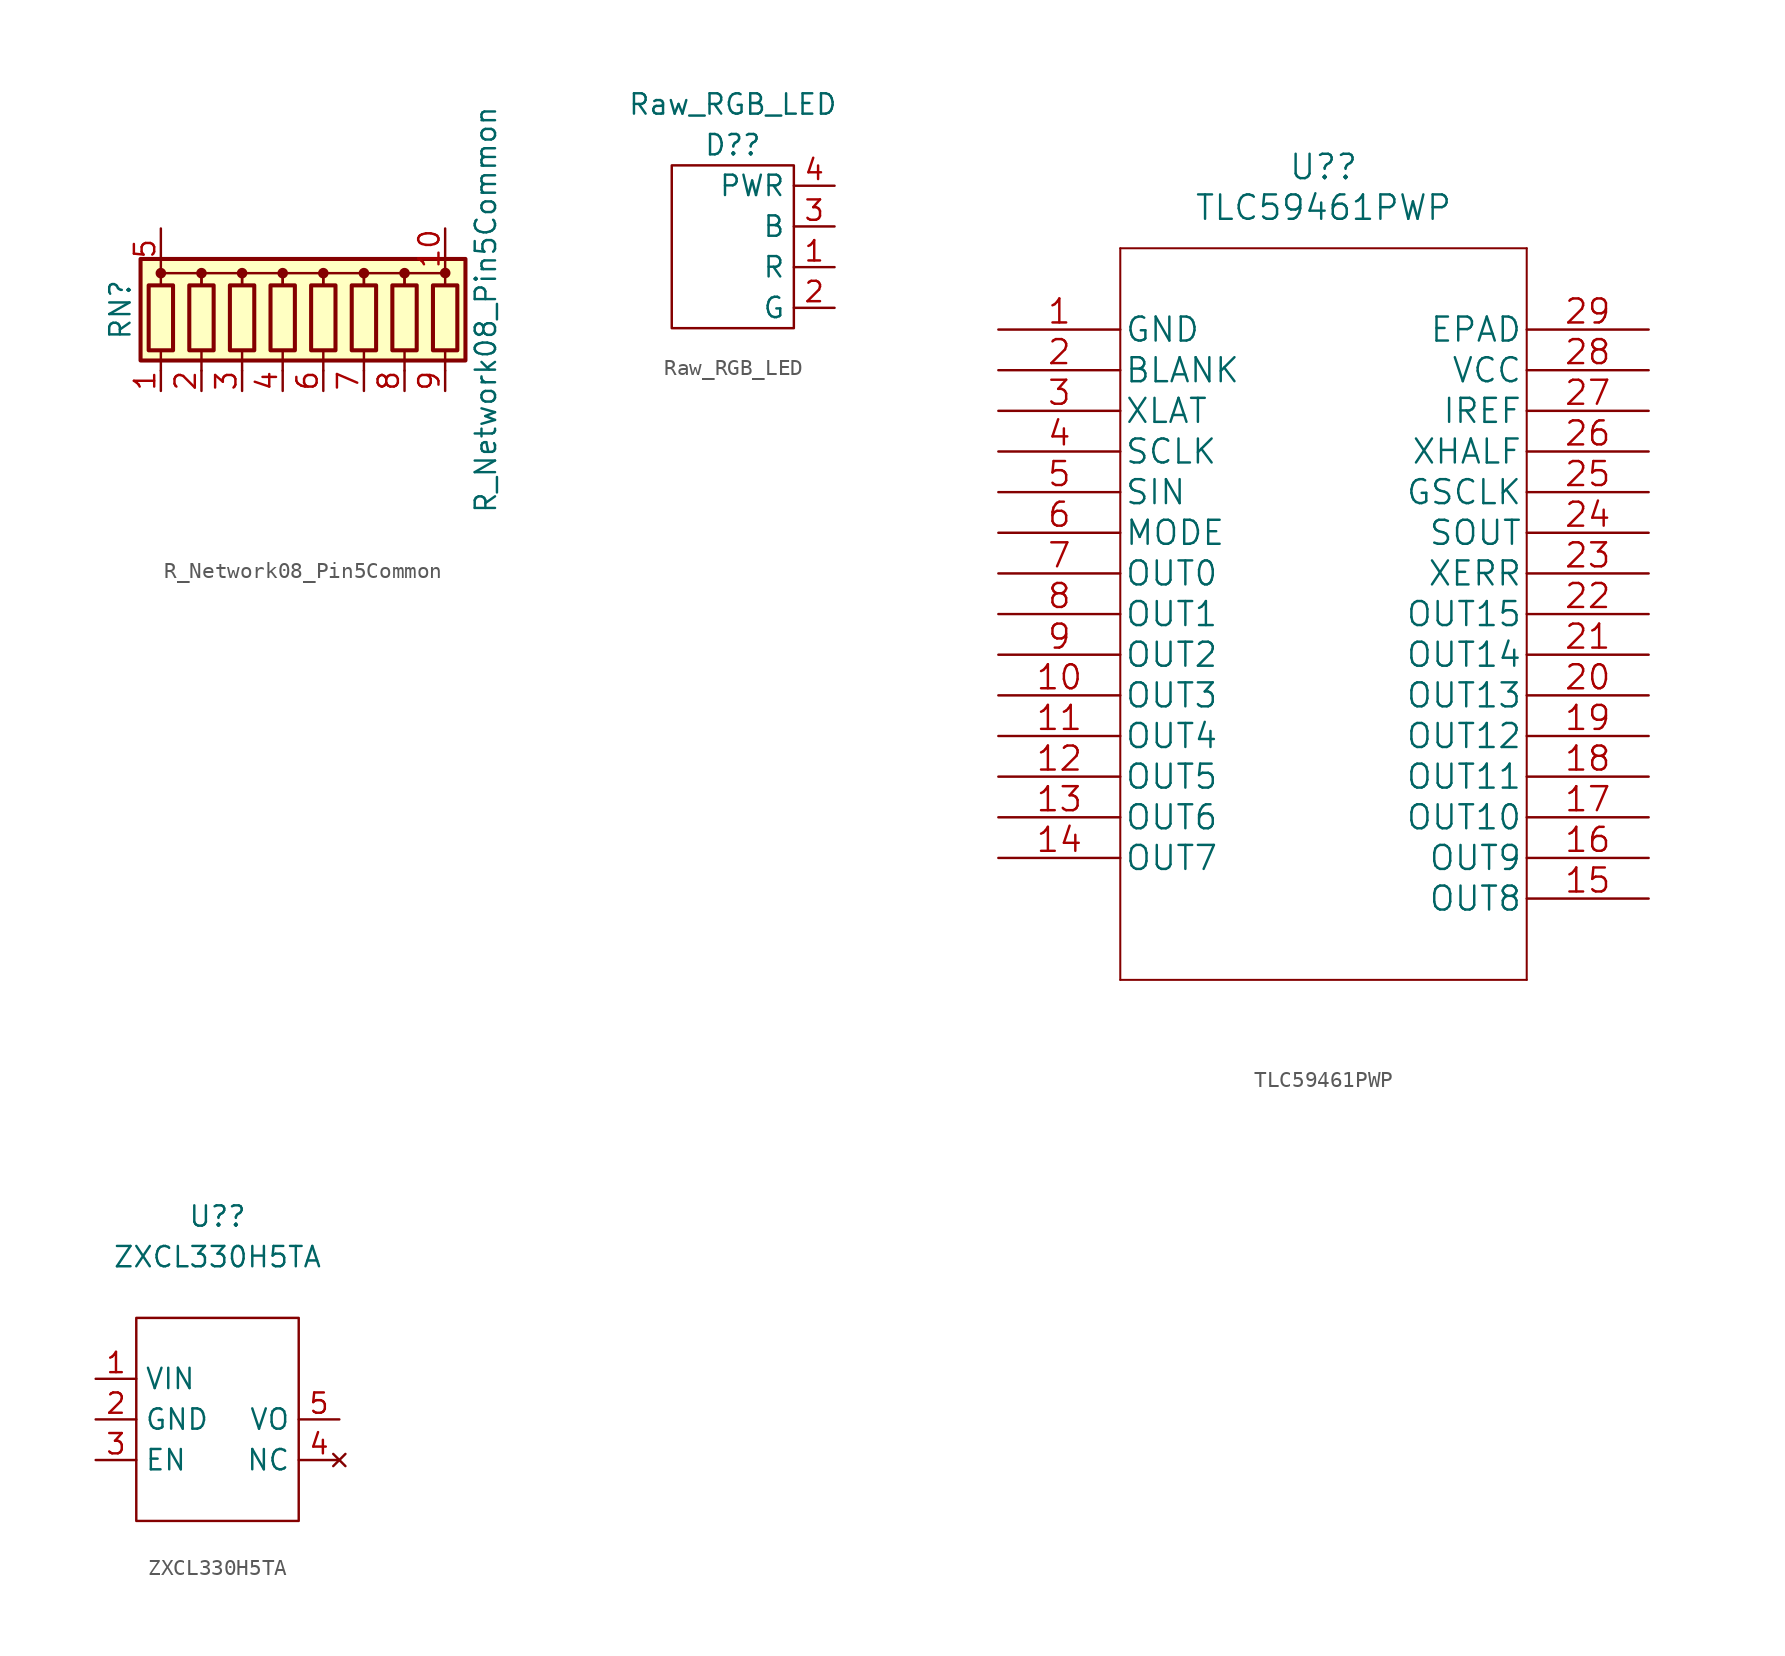
<source format=kicad_sym>
(kicad_symbol_lib
  (version 20220914)
  (generator kicad_symbol_editor)
  (symbol "R_Network08_Pin5Common"
    (pin_names
      (offset 0) hide)
    (property "Reference" "RN"
      (at -12.7 0 90)
      (effects (font (size 1.27 1.27))))
    (property "Value" "R_Network08_Pin5Common"
      (at 10.16 0 90)
      (effects (font (size 1.27 1.27))))
    (symbol "R_Network08_Pin5Common_0_1"
      (rectangle (start -11.43 3.175) (end 8.89 -3.175) (stroke (width 0.254) (type default)) (fill (type background)))
      (rectangle (start -10.922 1.524) (end -9.398 -2.54) (stroke (width 0.254) (type default)) (fill (type none)))
      (circle (center -10.16 2.286) (radius 0.254) (stroke (width 0) (type default)) (fill (type outline)))
      (rectangle (start -8.382 1.524) (end -6.858 -2.54) (stroke (width 0.254) (type default)) (fill (type none)))
      (circle (center -7.62 2.286) (radius 0.254) (stroke (width 0) (type default)) (fill (type outline)))
      (rectangle (start -5.842 1.524) (end -4.318 -2.54) (stroke (width 0.254) (type default)) (fill (type none)))
      (circle (center -5.08 2.286) (radius 0.254) (stroke (width 0) (type default)) (fill (type outline)))
      (rectangle (start -3.302 1.524) (end -1.778 -2.54) (stroke (width 0.254) (type default)) (fill (type none)))
      (circle (center -2.54 2.286) (radius 0.254) (stroke (width 0) (type default)) (fill (type outline)))
      (rectangle (start -0.762 1.524) (end 0.762 -2.54) (stroke (width 0.254) (type default)) (fill (type none)))
      (polyline (pts (xy -10.16 -2.54) (xy -10.16 -3.81)) (stroke (width 0) (type default)) (fill (type none)))
      (polyline (pts (xy -7.62 -2.54) (xy -7.62 -3.81)) (stroke (width 0) (type default)) (fill (type none)))
      (polyline (pts (xy -5.08 -2.54) (xy -5.08 -3.81)) (stroke (width 0) (type default)) (fill (type none)))
      (polyline (pts (xy -2.54 -2.54) (xy -2.54 -3.81)) (stroke (width 0) (type default)) (fill (type none)))
      (polyline (pts (xy 0 -2.54) (xy 0 -3.81)) (stroke (width 0) (type default)) (fill (type none)))
      (polyline (pts (xy 2.54 -2.54) (xy 2.54 -3.81)) (stroke (width 0) (type default)) (fill (type none)))
      (polyline (pts (xy 5.08 -2.54) (xy 5.08 -3.81)) (stroke (width 0) (type default)) (fill (type none)))
      (polyline (pts (xy 7.62 -2.54) (xy 7.62 -3.81)) (stroke (width 0) (type default)) (fill (type none)))
      (polyline (pts (xy -10.16 1.524) (xy -10.16 2.286) (xy -7.62 2.286) (xy -7.62 1.524)) (stroke (width 0) (type default)) (fill (type none)))
      (polyline (pts (xy -7.62 1.524) (xy -7.62 2.286) (xy -5.08 2.286) (xy -5.08 1.524)) (stroke (width 0) (type default)) (fill (type none)))
      (polyline (pts (xy -5.08 1.524) (xy -5.08 2.286) (xy -2.54 2.286) (xy -2.54 1.524)) (stroke (width 0) (type default)) (fill (type none)))
      (polyline (pts (xy -2.54 1.524) (xy -2.54 2.286) (xy 0 2.286) (xy 0 1.524)) (stroke (width 0) (type default)) (fill (type none)))
      (polyline (pts (xy 0 1.524) (xy 0 2.286) (xy 2.54 2.286) (xy 2.54 1.524)) (stroke (width 0) (type default)) (fill (type none)))
      (polyline (pts (xy 2.54 1.524) (xy 2.54 2.286) (xy 5.08 2.286) (xy 5.08 1.524)) (stroke (width 0) (type default)) (fill (type none)))
      (polyline (pts (xy 5.08 1.524) (xy 5.08 2.286) (xy 7.62 2.286) (xy 7.62 1.524)) (stroke (width 0) (type default)) (fill (type none)))
      (circle (center 0 2.286) (radius 0.254) (stroke (width 0) (type default)) (fill (type outline)))
      (rectangle (start 1.778 1.524) (end 3.302 -2.54) (stroke (width 0.254) (type default)) (fill (type none)))
      (circle (center 2.54 2.286) (radius 0.254) (stroke (width 0) (type default)) (fill (type outline)))
      (rectangle (start 4.318 1.524) (end 5.842 -2.54) (stroke (width 0.254) (type default)) (fill (type none)))
      (circle (center 5.08 2.286) (radius 0.254) (stroke (width 0) (type default)) (fill (type outline)))
      (rectangle (start 6.858 1.524) (end 8.382 -2.54) (stroke (width 0.254) (type default)) (fill (type none)))
      (circle (center 7.624 2.296) (radius 0.254) (stroke (width 0) (type default)) (fill (type outline))))
    (symbol "R_Network08_Pin5Common_1_1"
      (pin passive line (at -10.16 -5.08 90) (length 1.27) (name "R1" (effects (font (size 1.27 1.27)))) (number "1" (effects (font (size 1.27 1.27)))))
      (pin passive line (at 7.62 5.08 270) (length 2.54) (name "Common" (effects (font (size 1.27 1.27)))) (number "10" (effects (font (size 1.27 1.27)))))
      (pin passive line (at -7.62 -5.08 90) (length 1.27) (name "R2" (effects (font (size 1.27 1.27)))) (number "2" (effects (font (size 1.27 1.27)))))
      (pin passive line (at -5.08 -5.08 90) (length 1.27) (name "R3" (effects (font (size 1.27 1.27)))) (number "3" (effects (font (size 1.27 1.27)))))
      (pin passive line (at -2.54 -5.08 90) (length 1.27) (name "R4" (effects (font (size 1.27 1.27)))) (number "4" (effects (font (size 1.27 1.27)))))
      (pin passive line (at -10.16 5.08 270) (length 2.54) (name "common" (effects (font (size 1.27 1.27)))) (number "5" (effects (font (size 1.27 1.27)))))
      (pin passive line (at 0 -5.08 90) (length 1.27) (name "R5" (effects (font (size 1.27 1.27)))) (number "6" (effects (font (size 1.27 1.27)))))
      (pin passive line (at 2.54 -5.08 90) (length 1.27) (name "R6" (effects (font (size 1.27 1.27)))) (number "7" (effects (font (size 1.27 1.27)))))
      (pin passive line (at 5.08 -5.08 90) (length 1.27) (name "R7" (effects (font (size 1.27 1.27)))) (number "8" (effects (font (size 1.27 1.27)))))
      (pin passive line (at 7.62 -5.08 90) (length 1.27) (name "R8" (effects (font (size 1.27 1.27)))) (number "9" (effects (font (size 1.27 1.27)))))))
  (symbol "Raw_RGB_LED"
    (property "Reference" "D?"
      (at 0 6.35 0)
      (effects (font (size 1.27 1.27))))
    (property "Value" "Raw_RGB_LED"
      (at 0 8.89 0)
      (effects (font (size 1.27 1.27))))
    (symbol "Raw_RGB_LED_0_1"
      (rectangle (start -3.81 5.08) (end 3.81 -5.08) (stroke (width 0) (type default)) (fill (type none))))
    (symbol "Raw_RGB_LED_1_1"
      (pin input line (at 6.35 -1.27 180) (length 2.54) (name "R" (effects (font (size 1.27 1.27)))) (number "1" (effects (font (size 1.27 1.27)))))
      (pin input line (at 6.35 -3.81 180) (length 2.54) (name "G" (effects (font (size 1.27 1.27)))) (number "2" (effects (font (size 1.27 1.27)))))
      (pin input line (at 6.35 1.27 180) (length 2.54) (name "B" (effects (font (size 1.27 1.27)))) (number "3" (effects (font (size 1.27 1.27)))))
      (pin input line (at 6.35 3.81 180) (length 2.54) (name "PWR" (effects (font (size 1.27 1.27)))) (number "4" (effects (font (size 1.27 1.27)))))))
  (symbol "TLC59461PWP"
    (pin_names
      (offset 0.254))
    (property "Reference" "U?"
      (at 12.7 10.16 0)
      (effects (font (size 1.524 1.524))))
    (property "Value" "TLC59461PWP"
      (at 12.7 7.62 0)
      (effects (font (size 1.524 1.524))))
    (property "Datasheet" ""
      (at -7.62 0 0)
      (effects (font (size 1.524 1.524))))
    (symbol "TLC59461PWP_1_1"
      (polyline (pts (xy 0 -40.64) (xy 25.4 -40.64)) (stroke (width 0.127) (type default)) (fill (type none)))
      (polyline (pts (xy 0 5.08) (xy 0 -40.64)) (stroke (width 0.127) (type default)) (fill (type none)))
      (polyline (pts (xy 25.4 -40.64) (xy 25.4 5.08)) (stroke (width 0.127) (type default)) (fill (type none)))
      (polyline (pts (xy 25.4 5.08) (xy 0 5.08)) (stroke (width 0.127) (type default)) (fill (type none)))
      (pin power_in line (at -7.62 0 0) (length 7.62) (name "GND" (effects (font (size 1.499 1.499)))) (number "1" (effects (font (size 1.499 1.499)))))
      (pin output line (at -7.62 -22.86 0) (length 7.62) (name "OUT3" (effects (font (size 1.499 1.499)))) (number "10" (effects (font (size 1.499 1.499)))))
      (pin output line (at -7.62 -25.4 0) (length 7.62) (name "OUT4" (effects (font (size 1.499 1.499)))) (number "11" (effects (font (size 1.499 1.499)))))
      (pin output line (at -7.62 -27.94 0) (length 7.62) (name "OUT5" (effects (font (size 1.499 1.499)))) (number "12" (effects (font (size 1.499 1.499)))))
      (pin output line (at -7.62 -30.48 0) (length 7.62) (name "OUT6" (effects (font (size 1.499 1.499)))) (number "13" (effects (font (size 1.499 1.499)))))
      (pin output line (at -7.62 -33.02 0) (length 7.62) (name "OUT7" (effects (font (size 1.499 1.499)))) (number "14" (effects (font (size 1.499 1.499)))))
      (pin output line (at 33.02 -35.56 180) (length 7.62) (name "OUT8" (effects (font (size 1.499 1.499)))) (number "15" (effects (font (size 1.499 1.499)))))
      (pin output line (at 33.02 -33.02 180) (length 7.62) (name "OUT9" (effects (font (size 1.499 1.499)))) (number "16" (effects (font (size 1.499 1.499)))))
      (pin output line (at 33.02 -30.48 180) (length 7.62) (name "OUT10" (effects (font (size 1.499 1.499)))) (number "17" (effects (font (size 1.499 1.499)))))
      (pin output line (at 33.02 -27.94 180) (length 7.62) (name "OUT11" (effects (font (size 1.499 1.499)))) (number "18" (effects (font (size 1.499 1.499)))))
      (pin output line (at 33.02 -25.4 180) (length 7.62) (name "OUT12" (effects (font (size 1.499 1.499)))) (number "19" (effects (font (size 1.499 1.499)))))
      (pin input line (at -7.62 -2.54 0) (length 7.62) (name "BLANK" (effects (font (size 1.499 1.499)))) (number "2" (effects (font (size 1.499 1.499)))))
      (pin output line (at 33.02 -22.86 180) (length 7.62) (name "OUT13" (effects (font (size 1.499 1.499)))) (number "20" (effects (font (size 1.499 1.499)))))
      (pin output line (at 33.02 -20.32 180) (length 7.62) (name "OUT14" (effects (font (size 1.499 1.499)))) (number "21" (effects (font (size 1.499 1.499)))))
      (pin output line (at 33.02 -17.78 180) (length 7.62) (name "OUT15" (effects (font (size 1.499 1.499)))) (number "22" (effects (font (size 1.499 1.499)))))
      (pin output line (at 33.02 -15.24 180) (length 7.62) (name "XERR" (effects (font (size 1.499 1.499)))) (number "23" (effects (font (size 1.499 1.499)))))
      (pin output line (at 33.02 -12.7 180) (length 7.62) (name "SOUT" (effects (font (size 1.499 1.499)))) (number "24" (effects (font (size 1.499 1.499)))))
      (pin input line (at 33.02 -10.16 180) (length 7.62) (name "GSCLK" (effects (font (size 1.499 1.499)))) (number "25" (effects (font (size 1.499 1.499)))))
      (pin input line (at 33.02 -7.62 180) (length 7.62) (name "XHALF" (effects (font (size 1.499 1.499)))) (number "26" (effects (font (size 1.499 1.499)))))
      (pin bidirectional line (at 33.02 -5.08 180) (length 7.62) (name "IREF" (effects (font (size 1.499 1.499)))) (number "27" (effects (font (size 1.499 1.499)))))
      (pin power_in line (at 33.02 -2.54 180) (length 7.62) (name "VCC" (effects (font (size 1.499 1.499)))) (number "28" (effects (font (size 1.499 1.499)))))
      (pin unspecified line (at 33.02 0 180) (length 7.62) (name "EPAD" (effects (font (size 1.499 1.499)))) (number "29" (effects (font (size 1.499 1.499)))))
      (pin input line (at -7.62 -5.08 0) (length 7.62) (name "XLAT" (effects (font (size 1.499 1.499)))) (number "3" (effects (font (size 1.499 1.499)))))
      (pin input line (at -7.62 -7.62 0) (length 7.62) (name "SCLK" (effects (font (size 1.499 1.499)))) (number "4" (effects (font (size 1.499 1.499)))))
      (pin input line (at -7.62 -10.16 0) (length 7.62) (name "SIN" (effects (font (size 1.499 1.499)))) (number "5" (effects (font (size 1.499 1.499)))))
      (pin input line (at -7.62 -12.7 0) (length 7.62) (name "MODE" (effects (font (size 1.499 1.499)))) (number "6" (effects (font (size 1.499 1.499)))))
      (pin output line (at -7.62 -15.24 0) (length 7.62) (name "OUT0" (effects (font (size 1.499 1.499)))) (number "7" (effects (font (size 1.499 1.499)))))
      (pin output line (at -7.62 -17.78 0) (length 7.62) (name "OUT1" (effects (font (size 1.499 1.499)))) (number "8" (effects (font (size 1.499 1.499)))))
      (pin output line (at -7.62 -20.32 0) (length 7.62) (name "OUT2" (effects (font (size 1.499 1.499)))) (number "9" (effects (font (size 1.499 1.499)))))))
  (symbol "ZXCL330H5TA"
    (property "Reference" "U?"
      (at 0 12.7 0)
      (effects (font (size 1.27 1.27))))
    (property "Value" "ZXCL330H5TA"
      (at 0 10.16 0)
      (effects (font (size 1.27 1.27))))
    (symbol "ZXCL330H5TA_0_1"
      (rectangle (start -5.08 6.35) (end 5.08 -6.35) (stroke (width 0) (type default)) (fill (type none))))
    (symbol "ZXCL330H5TA_1_1"
      (pin input line (at -7.62 2.54 0) (length 2.54) (name "VIN" (effects (font (size 1.27 1.27)))) (number "1" (effects (font (size 1.27 1.27)))))
      (pin input line (at -7.62 0 0) (length 2.54) (name "GND" (effects (font (size 1.27 1.27)))) (number "2" (effects (font (size 1.27 1.27)))))
      (pin input line (at -7.62 -2.54 0) (length 2.54) (name "EN" (effects (font (size 1.27 1.27)))) (number "3" (effects (font (size 1.27 1.27)))))
      (pin no_connect line (at 7.62 -2.54 180) (length 2.54) (name "NC" (effects (font (size 1.27 1.27)))) (number "4" (effects (font (size 1.27 1.27)))))
      (pin output line (at 7.62 0 180) (length 2.54) (name "VO" (effects (font (size 1.27 1.27)))) (number "5" (effects (font (size 1.27 1.27))))))))
</source>
